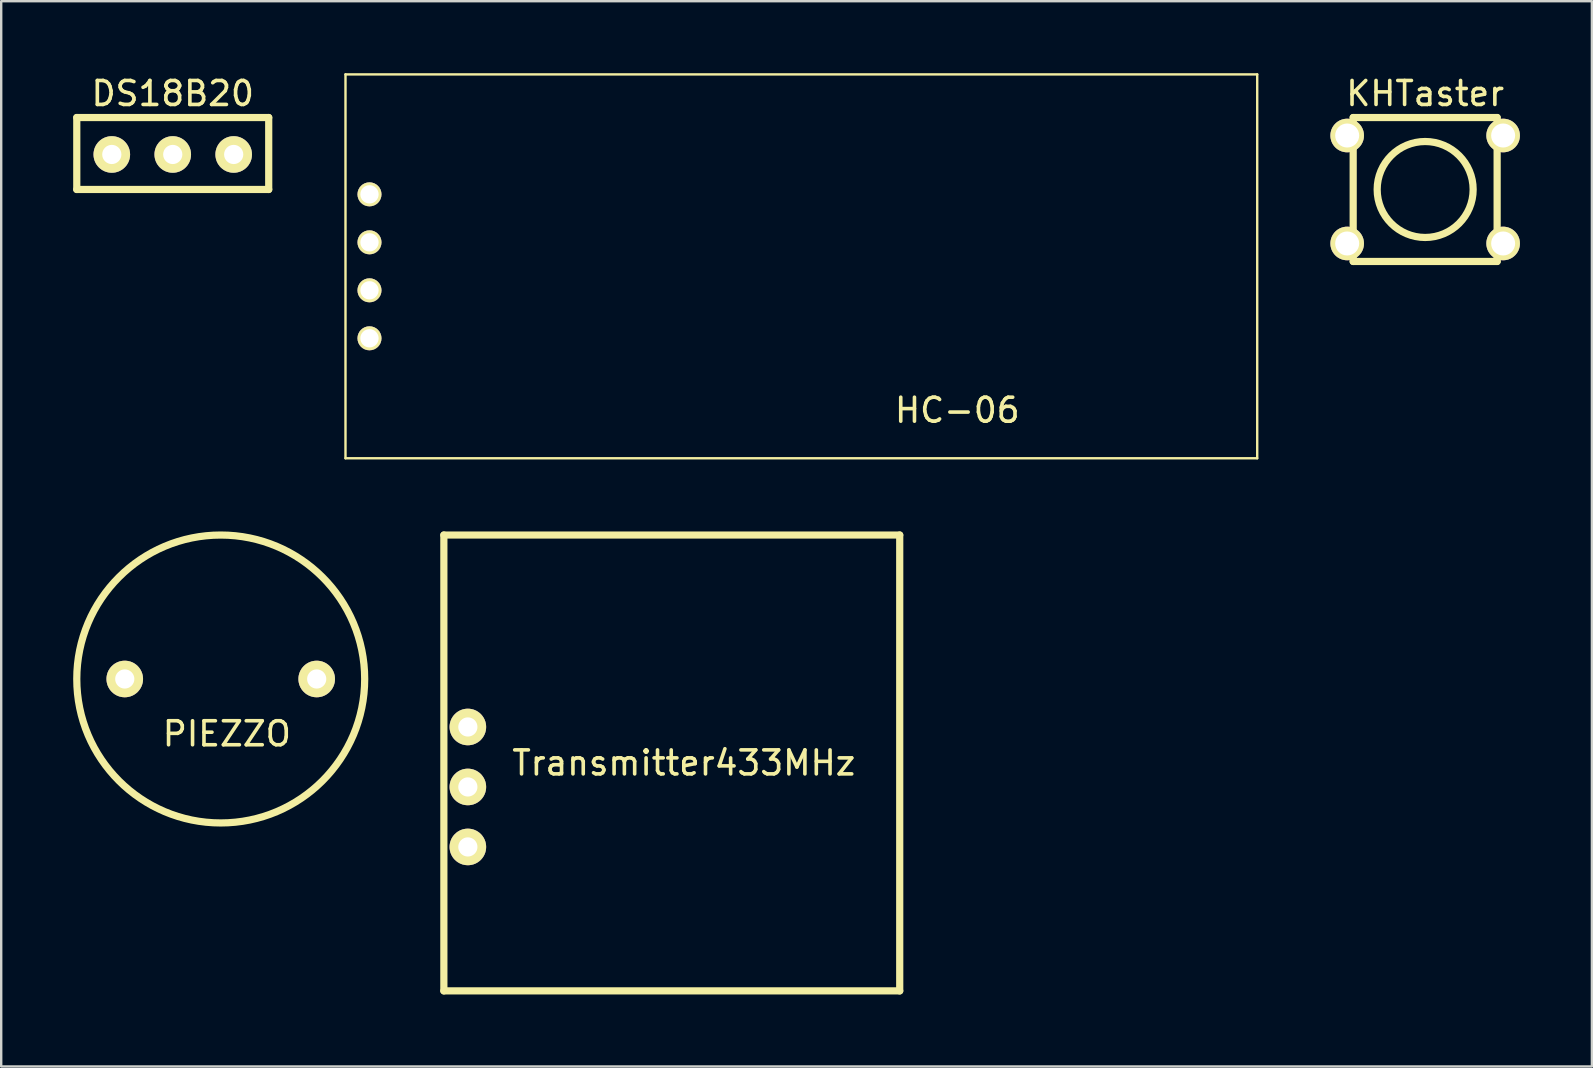
<source format=kicad_pcb>
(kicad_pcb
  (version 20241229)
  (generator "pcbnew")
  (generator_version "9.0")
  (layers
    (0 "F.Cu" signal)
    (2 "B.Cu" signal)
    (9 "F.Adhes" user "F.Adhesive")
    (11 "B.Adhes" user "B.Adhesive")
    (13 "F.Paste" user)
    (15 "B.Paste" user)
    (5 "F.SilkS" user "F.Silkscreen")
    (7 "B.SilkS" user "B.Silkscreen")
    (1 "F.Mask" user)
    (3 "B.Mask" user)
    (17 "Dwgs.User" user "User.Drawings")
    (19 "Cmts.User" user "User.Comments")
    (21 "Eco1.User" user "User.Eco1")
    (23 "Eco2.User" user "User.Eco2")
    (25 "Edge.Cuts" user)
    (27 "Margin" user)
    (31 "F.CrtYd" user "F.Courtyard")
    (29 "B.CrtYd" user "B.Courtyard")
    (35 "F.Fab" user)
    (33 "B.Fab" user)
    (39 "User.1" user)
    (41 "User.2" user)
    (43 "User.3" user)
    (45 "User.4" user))
  (footprint "DS18B20"
    (layer "F.Cu")
    (at 4.15 0.848)
    (property "Reference" "DS18B20" (at 0 0 0) (layer "F.SilkS") (effects (font (size 1 1) (thickness 0.15))))
    (attr through_hole)
    (fp_line (start -4 1) (end 4 1) (stroke (width 0.3) (type solid)) (layer "F.SilkS"))
    (fp_line (start -4 4) (end -4 1) (stroke (width 0.3) (type solid)) (layer "F.SilkS"))
    (fp_line (start 4 1) (end 4 4) (stroke (width 0.3) (type solid)) (layer "F.SilkS"))
    (fp_line (start 4 4) (end -4 4) (stroke (width 0.3) (type solid)) (layer "F.SilkS"))
    (pad "1" thru_hole circle (at 2.54 2.54) (size 1.524 1.524) (drill 0.8) (layers "*.Cu" "*.Mask" "F.SilkS"))
    (pad "2" thru_hole circle (at 0 2.54) (size 1.524 1.524) (drill 0.8) (layers "*.Cu" "*.Mask" "F.SilkS"))
    (pad "3" thru_hole circle (at -2.54 2.54) (size 1.524 1.524) (drill 0.8) (layers "*.Cu" "*.Mask" "F.SilkS")))
  (footprint "HC-06"
    (layer "F.Cu")
    (at 12.35 7.05)
    (property "Reference" "HC-06" (at 24.5 7 0) (layer "F.SilkS") (effects (font (size 1 1) (thickness 0.15))))
    (attr through_hole)
    (fp_line (start -1 -7) (end -1 9) (stroke (width 0.1) (type solid)) (layer "F.SilkS"))
    (fp_line (start -1 -7) (end 37 -7) (stroke (width 0.1) (type solid)) (layer "F.SilkS"))
    (fp_line (start -1 9) (end 37 9) (stroke (width 0.1) (type solid)) (layer "F.SilkS"))
    (fp_line (start 37 -7) (end 37 9) (stroke (width 0.1) (type solid)) (layer "F.SilkS"))
    (pad "1" thru_hole circle (at 0 -2) (size 1 1) (drill 0.762) (layers "*.Cu" "*.Mask" "F.SilkS"))
    (pad "2" thru_hole circle (at 0 0) (size 1 1) (drill 0.762) (layers "*.Cu" "*.Mask" "F.SilkS"))
    (pad "3" thru_hole circle (at 0 2) (size 1 1) (drill 0.762) (layers "*.Cu" "*.Mask" "F.SilkS"))
    (pad "4" thru_hole circle (at 0 4) (size 1 1) (drill 0.762) (layers "*.Cu" "*.Mask" "F.SilkS")))
  (footprint "KHTaster"
    (layer "F.Cu")
    (at 56.35 4.848)
    (property "Reference" "KHTaster" (at 0 -4 0) (layer "F.SilkS") (effects (font (size 1 1) (thickness 0.15))))
    (attr through_hole)
    (fp_line (start -3 -3) (end -3 3) (stroke (width 0.3) (type solid)) (layer "F.SilkS"))
    (fp_line (start -3 3) (end 3 3) (stroke (width 0.3) (type solid)) (layer "F.SilkS"))
    (fp_line (start 3 -3) (end -3 -3) (stroke (width 0.3) (type solid)) (layer "F.SilkS"))
    (fp_line (start 3 3) (end 3 -3) (stroke (width 0.3) (type solid)) (layer "F.SilkS"))
    (fp_circle (center 0 0) (end 0 -2) (stroke (width 0.3) (type solid)) (fill no) (layer "F.SilkS"))
    (pad "1" thru_hole circle (at 3.25 2.25) (size 1.4 1.4) (drill 1) (layers "*.Cu" "*.Mask" "F.SilkS"))
    (pad "2" thru_hole circle (at 3.25 -2.25) (size 1.4 1.4) (drill 1) (layers "*.Cu" "*.Mask" "F.SilkS"))
    (pad "3" thru_hole circle (at -3.25 -2.25) (size 1.4 1.4) (drill 1) (layers "*.Cu" "*.Mask" "F.SilkS"))
    (pad "4" thru_hole circle (at -3.25 2.25) (size 1.4 1.4) (drill 1) (layers "*.Cu" "*.Mask" "F.SilkS")))
  (footprint "PIEZZO"
    (layer "F.Cu")
    (at 6.15 25.25)
    (property "Reference" "PIEZZO" (at 0.254 2.286 0) (layer "F.SilkS") (effects (font (size 1 1) (thickness 0.15))))
    (attr through_hole)
    (fp_circle (center 0 0) (end 6 0) (stroke (width 0.3) (type solid)) (fill no) (layer "F.SilkS"))
    (pad "1" thru_hole circle (at 4 0) (size 1.524 1.524) (drill 0.8) (layers "*.Cu" "*.Mask" "F.SilkS"))
    (pad "2" thru_hole circle (at -4 0) (size 1.524 1.524) (drill 0.8) (layers "*.Cu" "*.Mask" "F.SilkS")))
  (footprint "Transmitter433MHz"
    (layer "F.Cu")
    (at 16.45 24.75)
    (property "Reference" "Transmitter433MHz" (at 9 4 0) (layer "F.SilkS") (effects (font (size 1 1) (thickness 0.15))))
    (attr through_hole)
    (fp_line (start -1 -5.5) (end -1 13.5) (stroke (width 0.3) (type solid)) (layer "F.SilkS"))
    (fp_line (start -1 13.5) (end 18 13.5) (stroke (width 0.3) (type solid)) (layer "F.SilkS"))
    (fp_line (start 18 -5.5) (end -1 -5.5) (stroke (width 0.3) (type solid)) (layer "F.SilkS"))
    (fp_line (start 18 13.5) (end 18 -5.5) (stroke (width 0.3) (type solid)) (layer "F.SilkS"))
    (pad "1" thru_hole circle (at 0 7.5) (size 1.524 1.524) (drill 0.8) (layers "*.Cu" "*.Mask" "F.SilkS"))
    (pad "2" thru_hole circle (at 0 5) (size 1.524 1.524) (drill 0.8) (layers "*.Cu" "*.Mask" "F.SilkS"))
    (pad "3" thru_hole circle (at 0 2.5) (size 1.524 1.524) (drill 0.8) (layers "*.Cu" "*.Mask" "F.SilkS")))
  (gr_rect
    (start -3 -3)
    (end 63.3 41.4)
    (stroke (width 0.1) (type default))
    (fill no)
    (layer "Edge.Cuts")))
</source>
